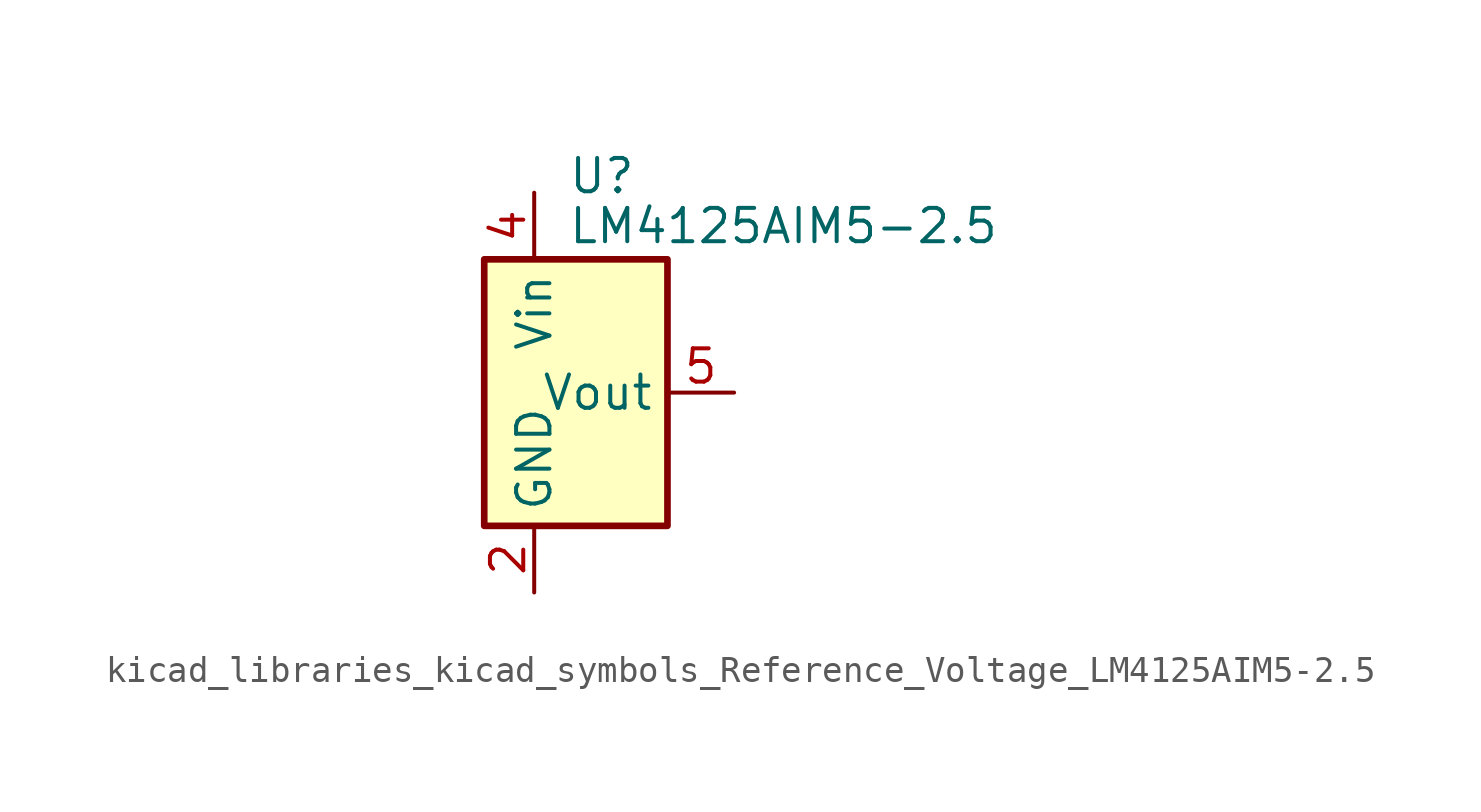
<source format=kicad_sym>
(kicad_symbol_lib
  (version 20220914)
  (generator kicad_symbol_editor)
  (symbol "kicad_libraries_kicad_symbols_Reference_Voltage_LM4125AIM5-2.5"
    (property "Reference" "U"
      (at 1.27 8.255 0)
      (effects (font (size 1.27 1.27)) (justify left)))
    (property "Value" "LM4125AIM5-2.5"
      (at 1.27 6.35 0)
      (effects (font (size 1.27 1.27)) (justify left)))
    (symbol "kicad_libraries_kicad_symbols_Reference_Voltage_LM4125AIM5-2.5_0_1"
      (rectangle (start -1.905 5.08) (end 5.08 -5.08) (stroke (width 0.254) (type default)) (fill (type background))))
    (symbol "kicad_libraries_kicad_symbols_Reference_Voltage_LM4125AIM5-2.5_1_1"
      (pin no_connect line (at 2.54 -5.08 90) (length 2.54) hide (name "NC" (effects (font (size 1.27 1.27)))) (number "1" (effects (font (size 1.27 1.27)))))
      (pin power_in line (at 0 -7.62 90) (length 2.54) (name "GND" (effects (font (size 1.27 1.27)))) (number "2" (effects (font (size 1.27 1.27)))))
      (pin no_connect line (at 5.08 -5.08 90) (length 2.54) hide (name "NC" (effects (font (size 1.27 1.27)))) (number "3" (effects (font (size 1.27 1.27)))))
      (pin power_in line (at 0 7.62 270) (length 2.54) (name "Vin" (effects (font (size 1.27 1.27)))) (number "4" (effects (font (size 1.27 1.27)))))
      (pin power_out line (at 7.62 0 180) (length 2.54) (name "Vout" (effects (font (size 1.27 1.27)))) (number "5" (effects (font (size 1.27 1.27))))))))
</source>
